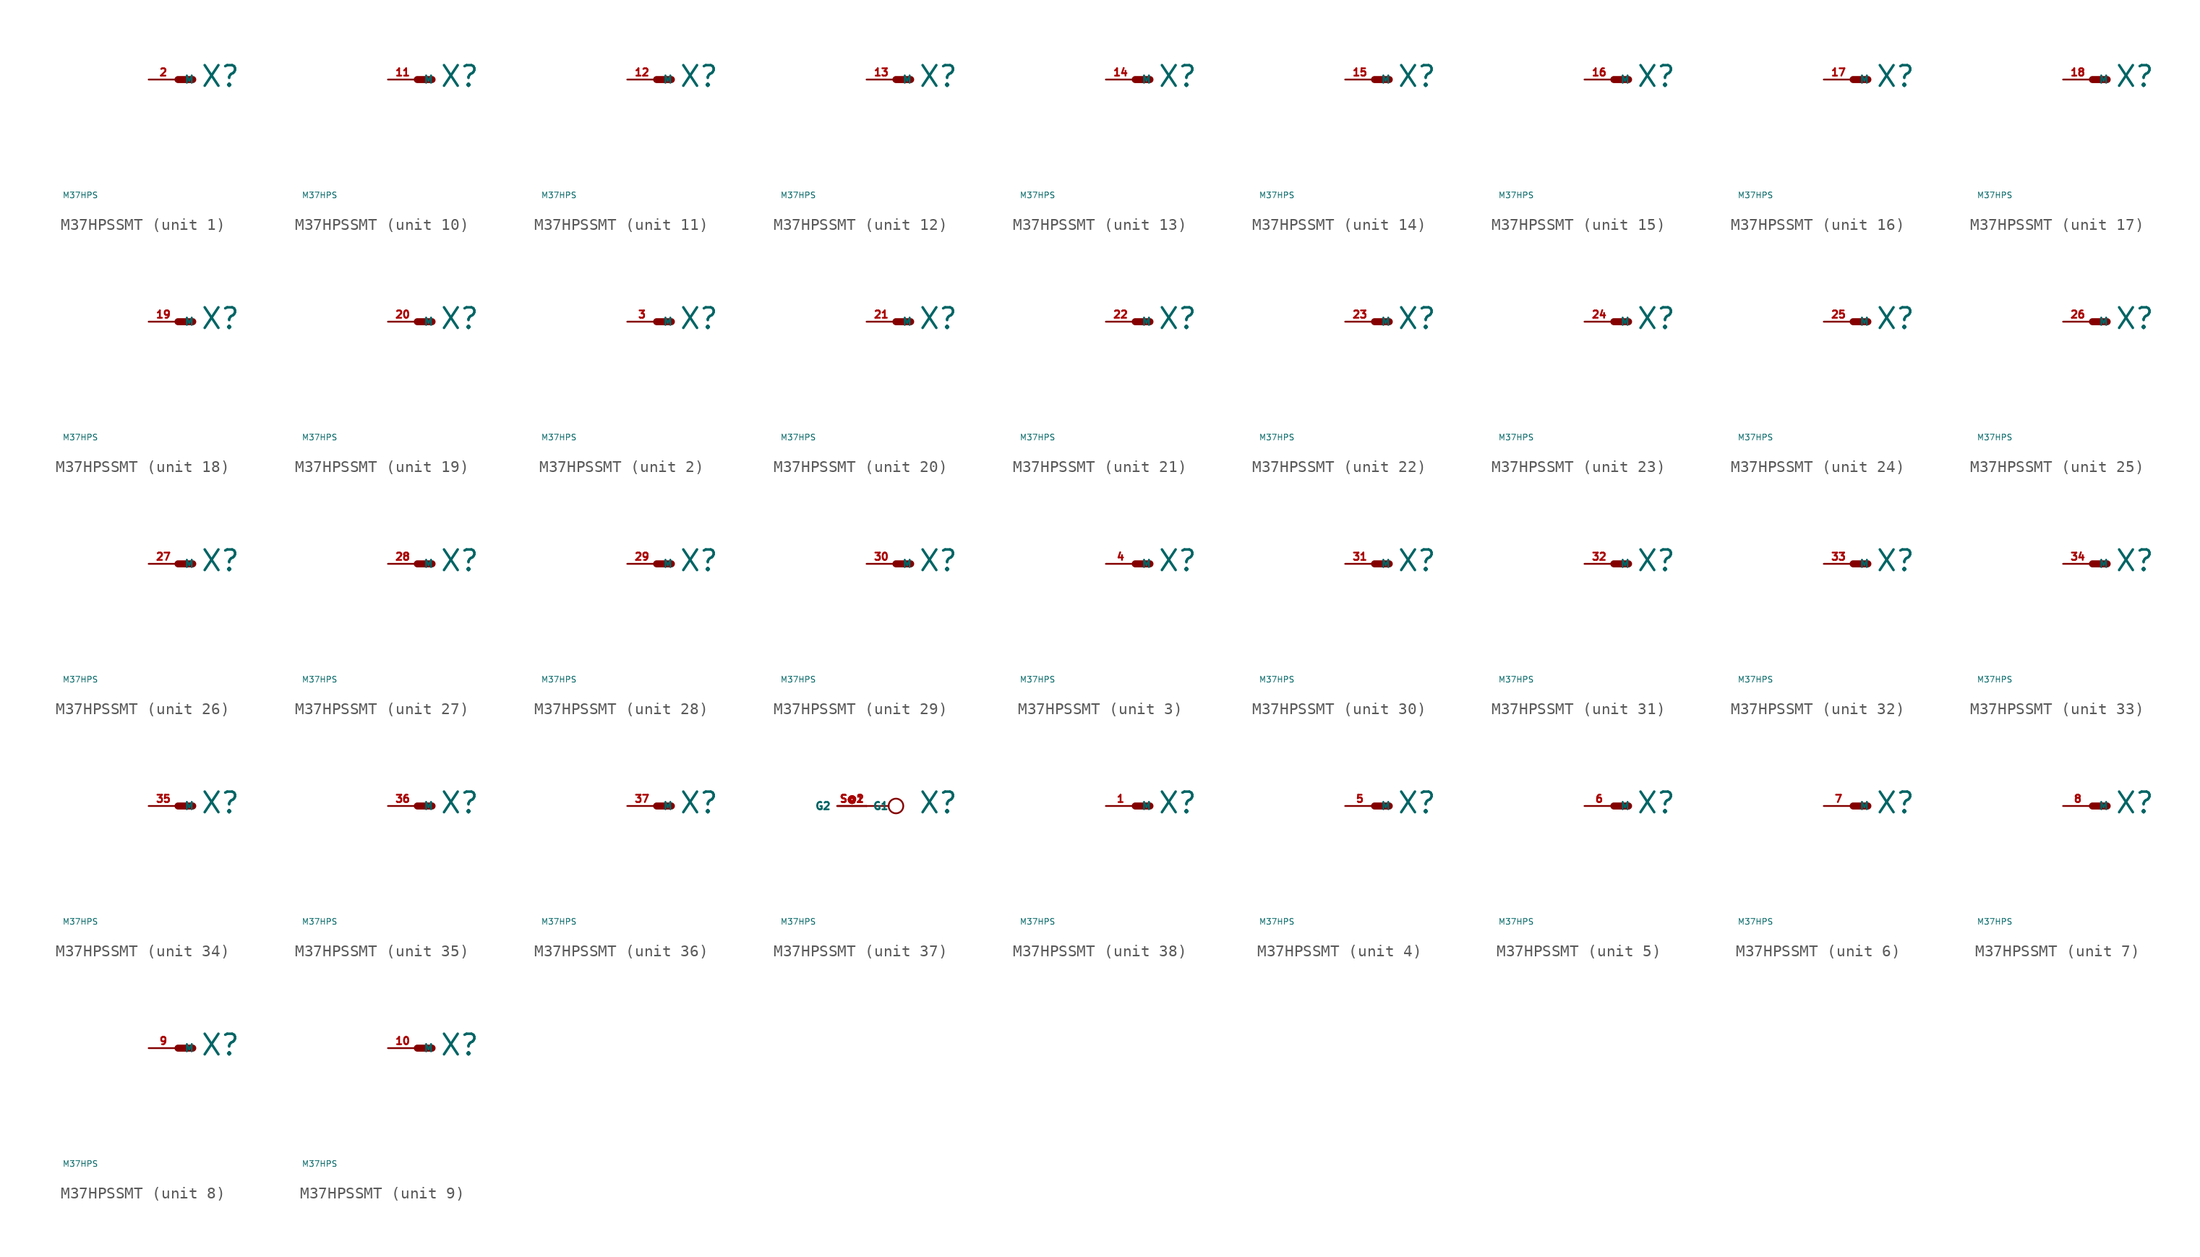
<source format=kicad_sym>
(kicad_symbol_lib
  (version 20220914)
  (generator Eagle2Kicad)
  (symbol "M37HPSSMT"
    (property "Reference" "X"
      (at 1.905 -0.762 0)
      (effects (font (size 1.778 1.778) (thickness 0.22)) (justify left bottom)))
    (property "Value" "M37HPS"
      (at -10 -10 0)
      (effects (font (size 0.5 0.5) (thickness 0.06)) (justify left)))
    (symbol "M37HPSSMT_1_0"
      (polyline (pts (xy 0 0) (xy 1.27 0)) (stroke (width 0.61) (type default)) (fill (type none)))
      (pin passive line (at -2.54 0 0) (length 2.54) (name "M" (effects (font (size 0.635 0.635) (thickness 0.08)) (justify left bottom))) (number "2" (effects (font (size 0.635 0.635) (thickness 0.08)) (justify left bottom)))))
    (symbol "M37HPSSMT_2_0"
      (polyline (pts (xy 0 0) (xy 1.27 0)) (stroke (width 0.61) (type default)) (fill (type none)))
      (pin passive line (at -2.54 0 0) (length 2.54) (name "M" (effects (font (size 0.635 0.635) (thickness 0.08)) (justify left bottom))) (number "3" (effects (font (size 0.635 0.635) (thickness 0.08)) (justify left bottom)))))
    (symbol "M37HPSSMT_3_0"
      (polyline (pts (xy 0 0) (xy 1.27 0)) (stroke (width 0.61) (type default)) (fill (type none)))
      (pin passive line (at -2.54 0 0) (length 2.54) (name "M" (effects (font (size 0.635 0.635) (thickness 0.08)) (justify left bottom))) (number "4" (effects (font (size 0.635 0.635) (thickness 0.08)) (justify left bottom)))))
    (symbol "M37HPSSMT_4_0"
      (polyline (pts (xy 0 0) (xy 1.27 0)) (stroke (width 0.61) (type default)) (fill (type none)))
      (pin passive line (at -2.54 0 0) (length 2.54) (name "M" (effects (font (size 0.635 0.635) (thickness 0.08)) (justify left bottom))) (number "5" (effects (font (size 0.635 0.635) (thickness 0.08)) (justify left bottom)))))
    (symbol "M37HPSSMT_5_0"
      (polyline (pts (xy 0 0) (xy 1.27 0)) (stroke (width 0.61) (type default)) (fill (type none)))
      (pin passive line (at -2.54 0 0) (length 2.54) (name "M" (effects (font (size 0.635 0.635) (thickness 0.08)) (justify left bottom))) (number "6" (effects (font (size 0.635 0.635) (thickness 0.08)) (justify left bottom)))))
    (symbol "M37HPSSMT_6_0"
      (polyline (pts (xy 0 0) (xy 1.27 0)) (stroke (width 0.61) (type default)) (fill (type none)))
      (pin passive line (at -2.54 0 0) (length 2.54) (name "M" (effects (font (size 0.635 0.635) (thickness 0.08)) (justify left bottom))) (number "7" (effects (font (size 0.635 0.635) (thickness 0.08)) (justify left bottom)))))
    (symbol "M37HPSSMT_7_0"
      (polyline (pts (xy 0 0) (xy 1.27 0)) (stroke (width 0.61) (type default)) (fill (type none)))
      (pin passive line (at -2.54 0 0) (length 2.54) (name "M" (effects (font (size 0.635 0.635) (thickness 0.08)) (justify left bottom))) (number "8" (effects (font (size 0.635 0.635) (thickness 0.08)) (justify left bottom)))))
    (symbol "M37HPSSMT_8_0"
      (polyline (pts (xy 0 0) (xy 1.27 0)) (stroke (width 0.61) (type default)) (fill (type none)))
      (pin passive line (at -2.54 0 0) (length 2.54) (name "M" (effects (font (size 0.635 0.635) (thickness 0.08)) (justify left bottom))) (number "9" (effects (font (size 0.635 0.635) (thickness 0.08)) (justify left bottom)))))
    (symbol "M37HPSSMT_9_0"
      (polyline (pts (xy 0 0) (xy 1.27 0)) (stroke (width 0.61) (type default)) (fill (type none)))
      (pin passive line (at -2.54 0 0) (length 2.54) (name "M" (effects (font (size 0.635 0.635) (thickness 0.08)) (justify left bottom))) (number "10" (effects (font (size 0.635 0.635) (thickness 0.08)) (justify left bottom)))))
    (symbol "M37HPSSMT_10_0"
      (polyline (pts (xy 0 0) (xy 1.27 0)) (stroke (width 0.61) (type default)) (fill (type none)))
      (pin passive line (at -2.54 0 0) (length 2.54) (name "M" (effects (font (size 0.635 0.635) (thickness 0.08)) (justify left bottom))) (number "11" (effects (font (size 0.635 0.635) (thickness 0.08)) (justify left bottom)))))
    (symbol "M37HPSSMT_11_0"
      (polyline (pts (xy 0 0) (xy 1.27 0)) (stroke (width 0.61) (type default)) (fill (type none)))
      (pin passive line (at -2.54 0 0) (length 2.54) (name "M" (effects (font (size 0.635 0.635) (thickness 0.08)) (justify left bottom))) (number "12" (effects (font (size 0.635 0.635) (thickness 0.08)) (justify left bottom)))))
    (symbol "M37HPSSMT_12_0"
      (polyline (pts (xy 0 0) (xy 1.27 0)) (stroke (width 0.61) (type default)) (fill (type none)))
      (pin passive line (at -2.54 0 0) (length 2.54) (name "M" (effects (font (size 0.635 0.635) (thickness 0.08)) (justify left bottom))) (number "13" (effects (font (size 0.635 0.635) (thickness 0.08)) (justify left bottom)))))
    (symbol "M37HPSSMT_13_0"
      (polyline (pts (xy 0 0) (xy 1.27 0)) (stroke (width 0.61) (type default)) (fill (type none)))
      (pin passive line (at -2.54 0 0) (length 2.54) (name "M" (effects (font (size 0.635 0.635) (thickness 0.08)) (justify left bottom))) (number "14" (effects (font (size 0.635 0.635) (thickness 0.08)) (justify left bottom)))))
    (symbol "M37HPSSMT_14_0"
      (polyline (pts (xy 0 0) (xy 1.27 0)) (stroke (width 0.61) (type default)) (fill (type none)))
      (pin passive line (at -2.54 0 0) (length 2.54) (name "M" (effects (font (size 0.635 0.635) (thickness 0.08)) (justify left bottom))) (number "15" (effects (font (size 0.635 0.635) (thickness 0.08)) (justify left bottom)))))
    (symbol "M37HPSSMT_15_0"
      (polyline (pts (xy 0 0) (xy 1.27 0)) (stroke (width 0.61) (type default)) (fill (type none)))
      (pin passive line (at -2.54 0 0) (length 2.54) (name "M" (effects (font (size 0.635 0.635) (thickness 0.08)) (justify left bottom))) (number "16" (effects (font (size 0.635 0.635) (thickness 0.08)) (justify left bottom)))))
    (symbol "M37HPSSMT_16_0"
      (polyline (pts (xy 0 0) (xy 1.27 0)) (stroke (width 0.61) (type default)) (fill (type none)))
      (pin passive line (at -2.54 0 0) (length 2.54) (name "M" (effects (font (size 0.635 0.635) (thickness 0.08)) (justify left bottom))) (number "17" (effects (font (size 0.635 0.635) (thickness 0.08)) (justify left bottom)))))
    (symbol "M37HPSSMT_17_0"
      (polyline (pts (xy 0 0) (xy 1.27 0)) (stroke (width 0.61) (type default)) (fill (type none)))
      (pin passive line (at -2.54 0 0) (length 2.54) (name "M" (effects (font (size 0.635 0.635) (thickness 0.08)) (justify left bottom))) (number "18" (effects (font (size 0.635 0.635) (thickness 0.08)) (justify left bottom)))))
    (symbol "M37HPSSMT_18_0"
      (polyline (pts (xy 0 0) (xy 1.27 0)) (stroke (width 0.61) (type default)) (fill (type none)))
      (pin passive line (at -2.54 0 0) (length 2.54) (name "M" (effects (font (size 0.635 0.635) (thickness 0.08)) (justify left bottom))) (number "19" (effects (font (size 0.635 0.635) (thickness 0.08)) (justify left bottom)))))
    (symbol "M37HPSSMT_19_0"
      (polyline (pts (xy 0 0) (xy 1.27 0)) (stroke (width 0.61) (type default)) (fill (type none)))
      (pin passive line (at -2.54 0 0) (length 2.54) (name "M" (effects (font (size 0.635 0.635) (thickness 0.08)) (justify left bottom))) (number "20" (effects (font (size 0.635 0.635) (thickness 0.08)) (justify left bottom)))))
    (symbol "M37HPSSMT_20_0"
      (polyline (pts (xy 0 0) (xy 1.27 0)) (stroke (width 0.61) (type default)) (fill (type none)))
      (pin passive line (at -2.54 0 0) (length 2.54) (name "M" (effects (font (size 0.635 0.635) (thickness 0.08)) (justify left bottom))) (number "21" (effects (font (size 0.635 0.635) (thickness 0.08)) (justify left bottom)))))
    (symbol "M37HPSSMT_21_0"
      (polyline (pts (xy 0 0) (xy 1.27 0)) (stroke (width 0.61) (type default)) (fill (type none)))
      (pin passive line (at -2.54 0 0) (length 2.54) (name "M" (effects (font (size 0.635 0.635) (thickness 0.08)) (justify left bottom))) (number "22" (effects (font (size 0.635 0.635) (thickness 0.08)) (justify left bottom)))))
    (symbol "M37HPSSMT_22_0"
      (polyline (pts (xy 0 0) (xy 1.27 0)) (stroke (width 0.61) (type default)) (fill (type none)))
      (pin passive line (at -2.54 0 0) (length 2.54) (name "M" (effects (font (size 0.635 0.635) (thickness 0.08)) (justify left bottom))) (number "23" (effects (font (size 0.635 0.635) (thickness 0.08)) (justify left bottom)))))
    (symbol "M37HPSSMT_23_0"
      (polyline (pts (xy 0 0) (xy 1.27 0)) (stroke (width 0.61) (type default)) (fill (type none)))
      (pin passive line (at -2.54 0 0) (length 2.54) (name "M" (effects (font (size 0.635 0.635) (thickness 0.08)) (justify left bottom))) (number "24" (effects (font (size 0.635 0.635) (thickness 0.08)) (justify left bottom)))))
    (symbol "M37HPSSMT_24_0"
      (polyline (pts (xy 0 0) (xy 1.27 0)) (stroke (width 0.61) (type default)) (fill (type none)))
      (pin passive line (at -2.54 0 0) (length 2.54) (name "M" (effects (font (size 0.635 0.635) (thickness 0.08)) (justify left bottom))) (number "25" (effects (font (size 0.635 0.635) (thickness 0.08)) (justify left bottom)))))
    (symbol "M37HPSSMT_25_0"
      (polyline (pts (xy 0 0) (xy 1.27 0)) (stroke (width 0.61) (type default)) (fill (type none)))
      (pin passive line (at -2.54 0 0) (length 2.54) (name "M" (effects (font (size 0.635 0.635) (thickness 0.08)) (justify left bottom))) (number "26" (effects (font (size 0.635 0.635) (thickness 0.08)) (justify left bottom)))))
    (symbol "M37HPSSMT_26_0"
      (polyline (pts (xy 0 0) (xy 1.27 0)) (stroke (width 0.61) (type default)) (fill (type none)))
      (pin passive line (at -2.54 0 0) (length 2.54) (name "M" (effects (font (size 0.635 0.635) (thickness 0.08)) (justify left bottom))) (number "27" (effects (font (size 0.635 0.635) (thickness 0.08)) (justify left bottom)))))
    (symbol "M37HPSSMT_27_0"
      (polyline (pts (xy 0 0) (xy 1.27 0)) (stroke (width 0.61) (type default)) (fill (type none)))
      (pin passive line (at -2.54 0 0) (length 2.54) (name "M" (effects (font (size 0.635 0.635) (thickness 0.08)) (justify left bottom))) (number "28" (effects (font (size 0.635 0.635) (thickness 0.08)) (justify left bottom)))))
    (symbol "M37HPSSMT_28_0"
      (polyline (pts (xy 0 0) (xy 1.27 0)) (stroke (width 0.61) (type default)) (fill (type none)))
      (pin passive line (at -2.54 0 0) (length 2.54) (name "M" (effects (font (size 0.635 0.635) (thickness 0.08)) (justify left bottom))) (number "29" (effects (font (size 0.635 0.635) (thickness 0.08)) (justify left bottom)))))
    (symbol "M37HPSSMT_29_0"
      (polyline (pts (xy 0 0) (xy 1.27 0)) (stroke (width 0.61) (type default)) (fill (type none)))
      (pin passive line (at -2.54 0 0) (length 2.54) (name "M" (effects (font (size 0.635 0.635) (thickness 0.08)) (justify left bottom))) (number "30" (effects (font (size 0.635 0.635) (thickness 0.08)) (justify left bottom)))))
    (symbol "M37HPSSMT_30_0"
      (polyline (pts (xy 0 0) (xy 1.27 0)) (stroke (width 0.61) (type default)) (fill (type none)))
      (pin passive line (at -2.54 0 0) (length 2.54) (name "M" (effects (font (size 0.635 0.635) (thickness 0.08)) (justify left bottom))) (number "31" (effects (font (size 0.635 0.635) (thickness 0.08)) (justify left bottom)))))
    (symbol "M37HPSSMT_31_0"
      (polyline (pts (xy 0 0) (xy 1.27 0)) (stroke (width 0.61) (type default)) (fill (type none)))
      (pin passive line (at -2.54 0 0) (length 2.54) (name "M" (effects (font (size 0.635 0.635) (thickness 0.08)) (justify left bottom))) (number "32" (effects (font (size 0.635 0.635) (thickness 0.08)) (justify left bottom)))))
    (symbol "M37HPSSMT_32_0"
      (polyline (pts (xy 0 0) (xy 1.27 0)) (stroke (width 0.61) (type default)) (fill (type none)))
      (pin passive line (at -2.54 0 0) (length 2.54) (name "M" (effects (font (size 0.635 0.635) (thickness 0.08)) (justify left bottom))) (number "33" (effects (font (size 0.635 0.635) (thickness 0.08)) (justify left bottom)))))
    (symbol "M37HPSSMT_33_0"
      (polyline (pts (xy 0 0) (xy 1.27 0)) (stroke (width 0.61) (type default)) (fill (type none)))
      (pin passive line (at -2.54 0 0) (length 2.54) (name "M" (effects (font (size 0.635 0.635) (thickness 0.08)) (justify left bottom))) (number "34" (effects (font (size 0.635 0.635) (thickness 0.08)) (justify left bottom)))))
    (symbol "M37HPSSMT_34_0"
      (polyline (pts (xy 0 0) (xy 1.27 0)) (stroke (width 0.61) (type default)) (fill (type none)))
      (pin passive line (at -2.54 0 0) (length 2.54) (name "M" (effects (font (size 0.635 0.635) (thickness 0.08)) (justify left bottom))) (number "35" (effects (font (size 0.635 0.635) (thickness 0.08)) (justify left bottom)))))
    (symbol "M37HPSSMT_35_0"
      (polyline (pts (xy 0 0) (xy 1.27 0)) (stroke (width 0.61) (type default)) (fill (type none)))
      (pin passive line (at -2.54 0 0) (length 2.54) (name "M" (effects (font (size 0.635 0.635) (thickness 0.08)) (justify left bottom))) (number "36" (effects (font (size 0.635 0.635) (thickness 0.08)) (justify left bottom)))))
    (symbol "M37HPSSMT_36_0"
      (polyline (pts (xy 0 0) (xy 1.27 0)) (stroke (width 0.61) (type default)) (fill (type none)))
      (pin passive line (at -2.54 0 0) (length 2.54) (name "M" (effects (font (size 0.635 0.635) (thickness 0.08)) (justify left bottom))) (number "37" (effects (font (size 0.635 0.635) (thickness 0.08)) (justify left bottom)))))
    (symbol "M37HPSSMT_37_0"
      (polyline (pts (xy -2.54 0) (xy -0.635 0)) (stroke (width 0.152) (type default)) (fill (type none)))
      (circle (center 0 0) (radius 0.635) (stroke (width 0.152) (type default)) (fill (type none)))
      (pin passive line (at -5.08 0 0) (length 2.54) (name "G1" (effects (font (size 0.635 0.635) (thickness 0.08)) (justify left bottom))) (number "S@1" (effects (font (size 0.635 0.635) (thickness 0.08)) (justify left bottom))))
      (pin passive line (at -2.54 0 180) (length 2.54) (name "G2" (effects (font (size 0.635 0.635) (thickness 0.08)) (justify left bottom))) (number "S@2" (effects (font (size 0.635 0.635) (thickness 0.08)) (justify left bottom)))))
    (symbol "M37HPSSMT_38_0"
      (polyline (pts (xy 0 0) (xy 1.27 0)) (stroke (width 0.61) (type default)) (fill (type none)))
      (pin passive line (at -2.54 0 0) (length 2.54) (name "M" (effects (font (size 0.635 0.635) (thickness 0.08)) (justify left bottom))) (number "1" (effects (font (size 0.635 0.635) (thickness 0.08)) (justify left bottom)))))))
</source>
